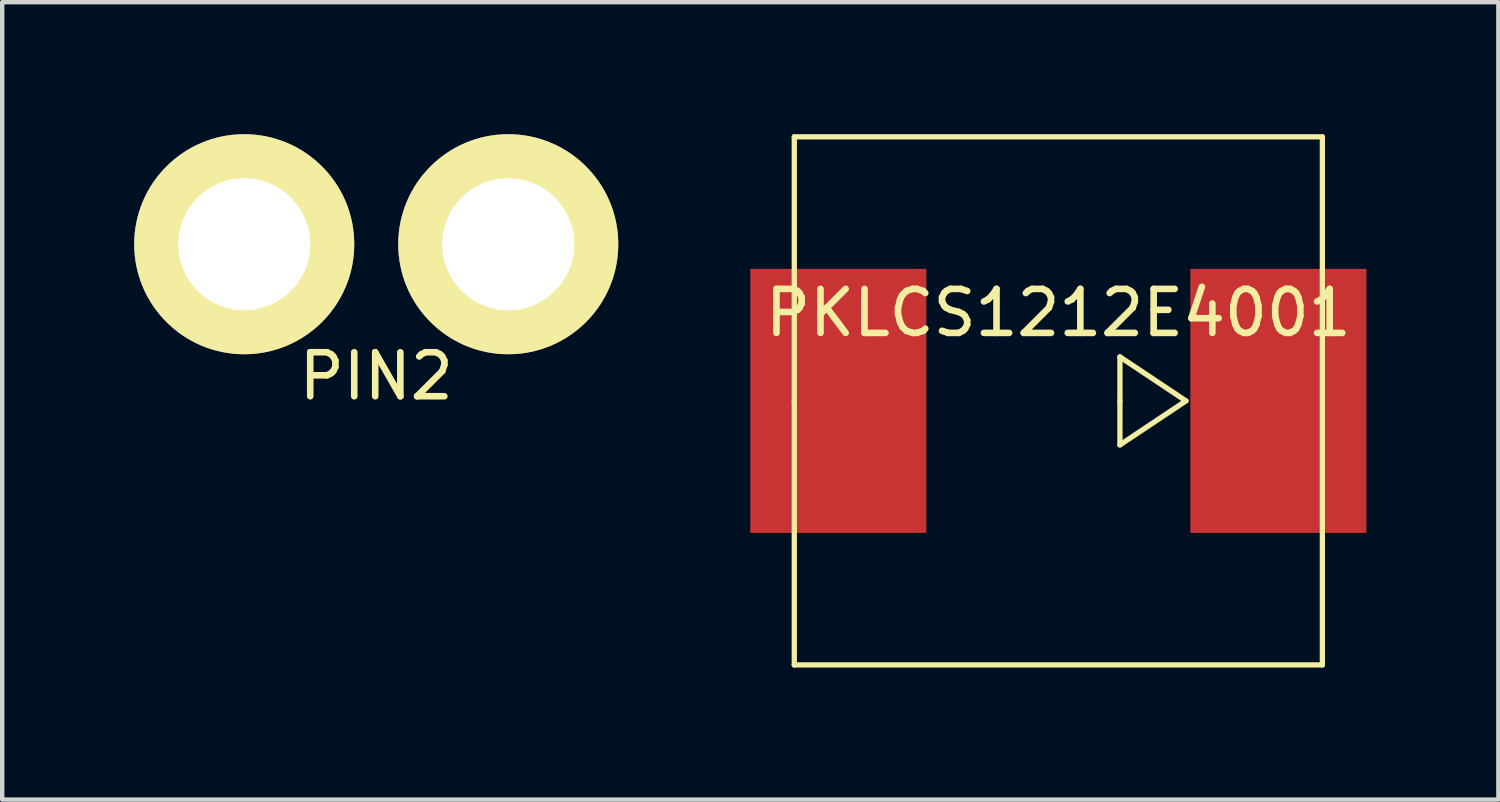
<source format=kicad_pcb>
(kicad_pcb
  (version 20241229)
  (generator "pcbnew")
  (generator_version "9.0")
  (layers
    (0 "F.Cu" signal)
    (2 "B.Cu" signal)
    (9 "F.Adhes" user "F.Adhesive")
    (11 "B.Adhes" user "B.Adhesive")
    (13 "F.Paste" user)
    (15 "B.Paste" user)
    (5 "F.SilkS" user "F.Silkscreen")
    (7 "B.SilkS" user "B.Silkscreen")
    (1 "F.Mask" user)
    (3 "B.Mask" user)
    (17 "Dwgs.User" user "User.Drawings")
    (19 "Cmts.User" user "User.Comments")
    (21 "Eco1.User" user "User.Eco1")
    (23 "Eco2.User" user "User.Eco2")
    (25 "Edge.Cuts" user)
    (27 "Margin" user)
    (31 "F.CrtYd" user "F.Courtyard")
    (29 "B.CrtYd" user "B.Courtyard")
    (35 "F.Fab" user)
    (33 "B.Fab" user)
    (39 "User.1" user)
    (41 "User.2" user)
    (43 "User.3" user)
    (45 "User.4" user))
  (footprint "PKLCS1212E4001"
    (layer "F.Cu")
    (at 21 6.06)
    (property "Reference" "PKLCS1212E4001" (at 0 -2 0) (layer "F.SilkS") (effects (font (size 1 1) (thickness 0.15))))
    (attr through_hole)
    (fp_line (start -6 -6) (end 6 -6) (stroke (width 0.12) (type solid)) (layer "F.SilkS"))
    (fp_line (start -6 0) (end -6 -6) (stroke (width 0.12) (type solid)) (layer "F.SilkS"))
    (fp_line (start -6 6) (end -6 0) (stroke (width 0.12) (type solid)) (layer "F.SilkS"))
    (fp_line (start 1.4 -1) (end 1.4 0) (stroke (width 0.12) (type solid)) (layer "F.SilkS"))
    (fp_line (start 1.4 0) (end 1.4 1) (stroke (width 0.12) (type solid)) (layer "F.SilkS"))
    (fp_line (start 1.4 1) (end 2.9 0) (stroke (width 0.12) (type solid)) (layer "F.SilkS"))
    (fp_line (start 2.9 0) (end 1.4 -1) (stroke (width 0.12) (type solid)) (layer "F.SilkS"))
    (fp_line (start 6 -6) (end 6 6) (stroke (width 0.12) (type solid)) (layer "F.SilkS"))
    (fp_line (start 6 6) (end -6 6) (stroke (width 0.12) (type solid)) (layer "F.SilkS"))
    (pad "1" smd rect (at -5 0) (size 4 6) (layers "F.Cu" "F.Mask" "F.Paste"))
    (pad "2" smd rect (at 5 0) (size 4 6) (layers "F.Cu" "F.Mask" "F.Paste")))
  (footprint "PIN2"
    (layer "F.Cu")
    (at 5.5 2.5)
    (property "Reference" "PIN2" (at 0 3 0) (layer "F.SilkS") (effects (font (size 1 1) (thickness 0.15))))
    (attr through_hole)
    (pad "1" thru_hole circle (at 3 0) (size 5 5) (drill 3) (layers "*.Cu" "*.Mask" "F.SilkS"))
    (pad "2" thru_hole circle (at -3 0) (size 5 5) (drill 3) (layers "*.Cu" "*.Mask" "F.SilkS")))
  (gr_rect
    (start -3 -3)
    (end 31 15.12)
    (stroke (width 0.1) (type default))
    (fill no)
    (layer "Edge.Cuts")))
</source>
